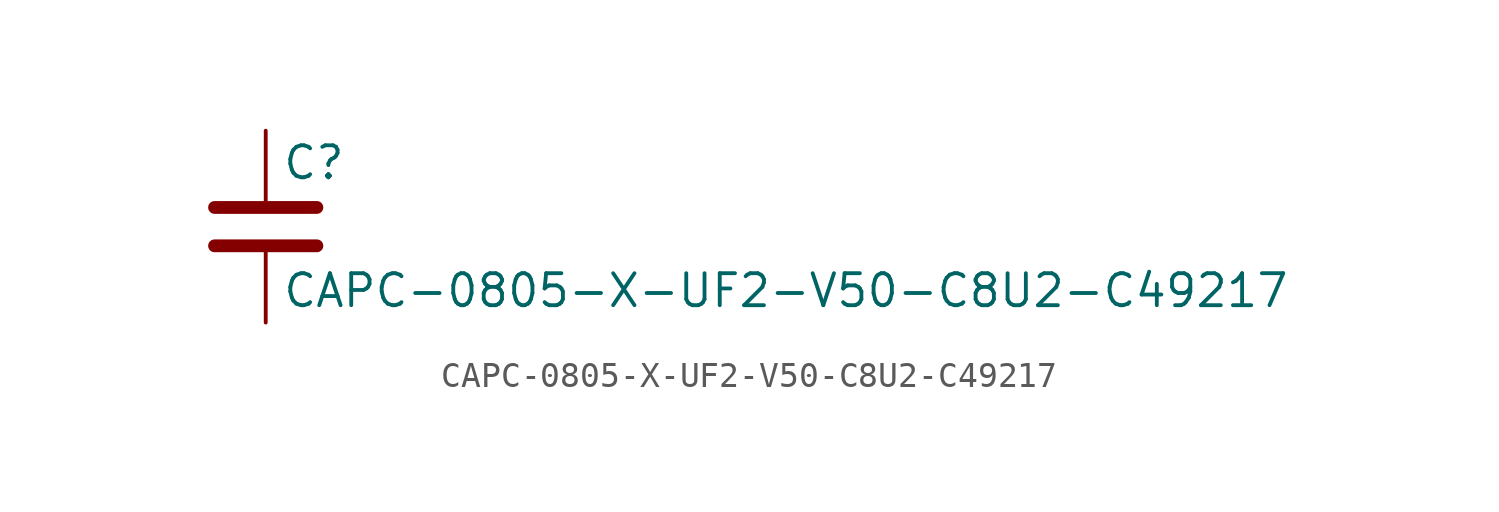
<source format=kicad_sym>
(kicad_symbol_lib
  (version 20211014)
  (generator kicad_symbol_editor)
  (symbol "CAPC-0805-X-UF2-V50-C8U2-C49217"
    (pin_numbers hide)
    (pin_names
      (offset 0.254))
    (property "Reference" "C"
      (at 0.635 2.54 0)
      (effects (font (size 1.27 1.27)) (justify left)))
    (property "Value" "CAPC-0805-X-UF2-V50-C8U2-C49217"
      (at 0.635 -2.54 0)
      (effects (font (size 1.27 1.27)) (justify left)))
    (symbol "CAPC-0805-X-UF2-V50-C8U2-C49217_0_1"
      (polyline (pts (xy -2.032 -0.762) (xy 2.032 -0.762)) (stroke (width 0.508) (type default) (color 0 0 0 0)) (fill (type none)))
      (polyline (pts (xy -2.032 0.762) (xy 2.032 0.762)) (stroke (width 0.508) (type default) (color 0 0 0 0)) (fill (type none))))
    (symbol "CAPC-0805-X-UF2-V50-C8U2-C49217_1_1"
      (pin passive line (at 0 3.81 270) (length 2.794) (name "~" (effects (font (size 1.27 1.27)))) (number "1" (effects (font (size 1.27 1.27)))))
      (pin passive line (at 0 -3.81 90) (length 2.794) (name "~" (effects (font (size 1.27 1.27)))) (number "2" (effects (font (size 1.27 1.27))))))))
</source>
